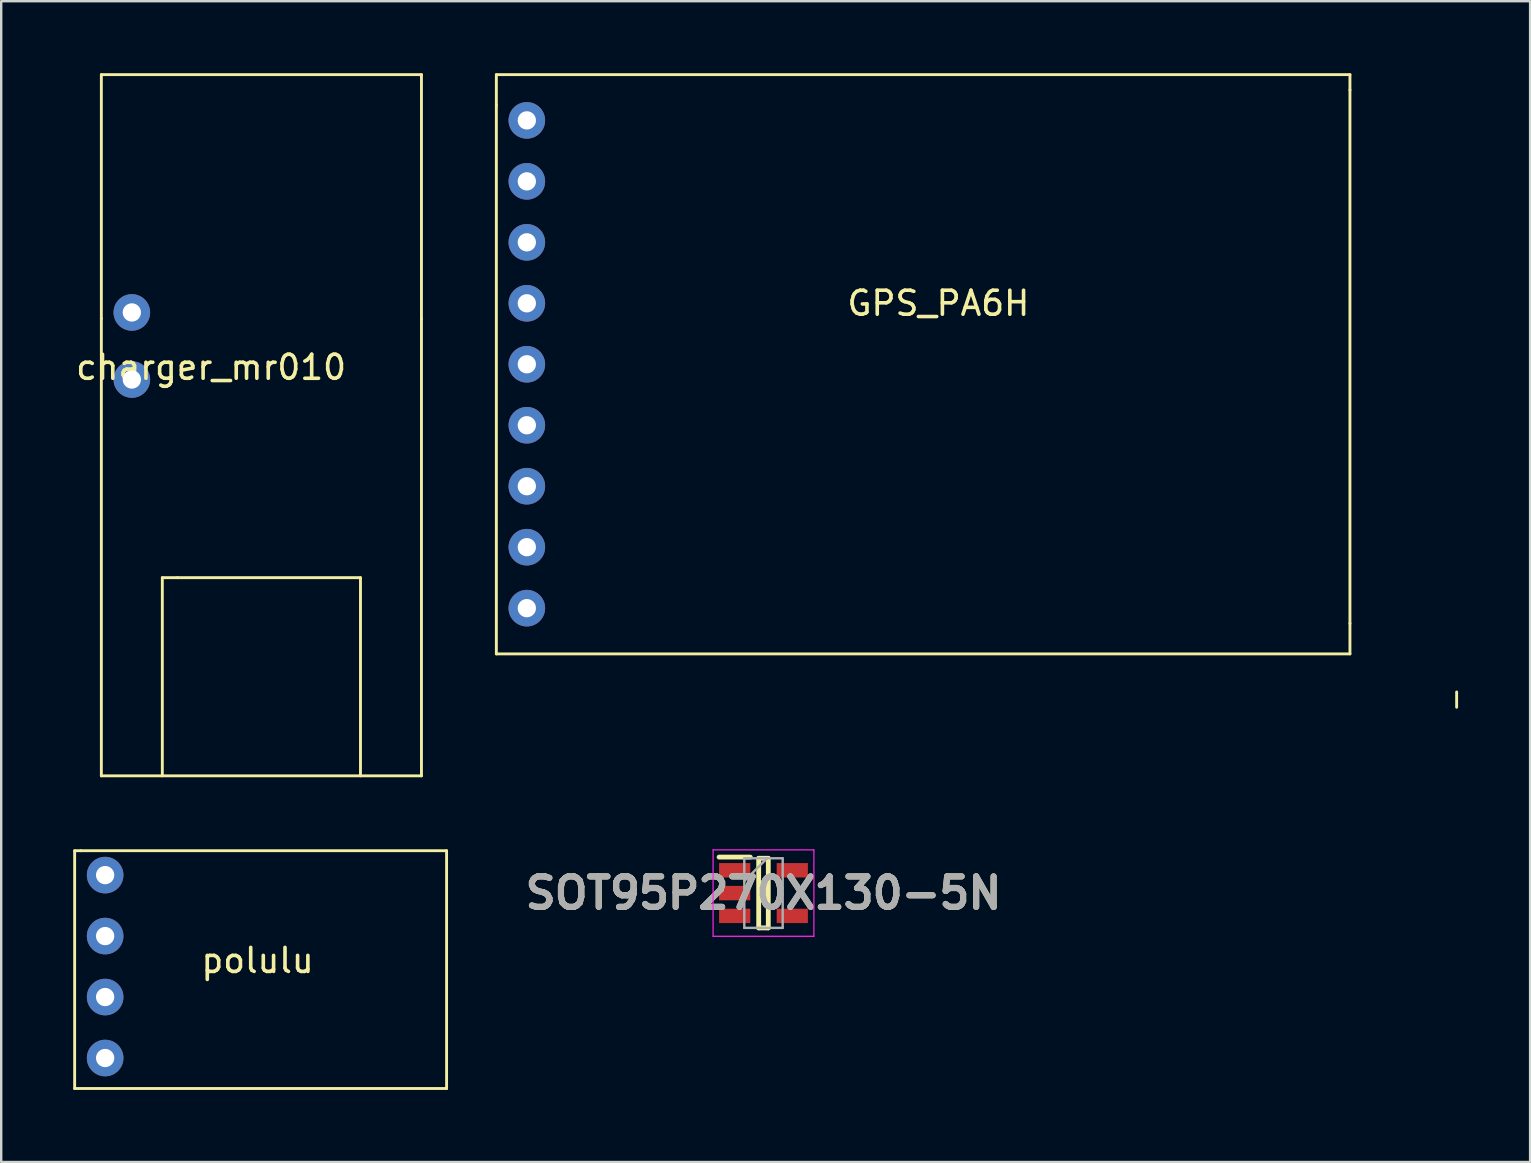
<source format=kicad_pcb>
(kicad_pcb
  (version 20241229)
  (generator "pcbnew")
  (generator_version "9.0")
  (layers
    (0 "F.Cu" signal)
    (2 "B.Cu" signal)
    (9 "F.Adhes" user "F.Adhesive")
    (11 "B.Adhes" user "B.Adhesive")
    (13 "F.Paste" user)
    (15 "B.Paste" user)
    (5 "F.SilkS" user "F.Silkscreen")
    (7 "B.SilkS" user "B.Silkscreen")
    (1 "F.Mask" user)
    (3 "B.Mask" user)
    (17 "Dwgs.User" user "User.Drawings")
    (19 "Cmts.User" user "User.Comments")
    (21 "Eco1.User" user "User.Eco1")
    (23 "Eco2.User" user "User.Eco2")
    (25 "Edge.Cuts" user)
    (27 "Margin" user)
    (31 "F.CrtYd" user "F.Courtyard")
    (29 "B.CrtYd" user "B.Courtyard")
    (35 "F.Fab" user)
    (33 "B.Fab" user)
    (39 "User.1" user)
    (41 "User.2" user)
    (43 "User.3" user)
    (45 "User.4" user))
  (footprint "GPS_PA6H"
    (layer "F.Cu")
    (at 18.897 1.965)
    (property "Reference" "GPS_PA6H" (at 17.145 7.62 0) (layer "F.SilkS") (effects (font (size 1 1) (thickness 0.15))))
    (attr through_hole)
    (fp_line (start -1.27 -1.905) (end 34.29 -1.905) (stroke (width 0.12) (type solid)) (layer "F.SilkS"))
    (fp_line (start -1.27 -0.635) (end -1.27 -1.905) (stroke (width 0.12) (type solid)) (layer "F.SilkS"))
    (fp_line (start -1.27 -0.635) (end -1.27 22.225) (stroke (width 0.12) (type solid)) (layer "F.SilkS"))
    (fp_line (start -1.27 22.225) (end 34.29 22.225) (stroke (width 0.12) (type solid)) (layer "F.SilkS"))
    (fp_line (start 34.29 -1.905) (end 34.29 -1.27) (stroke (width 0.12) (type solid)) (layer "F.SilkS"))
    (fp_line (start 34.29 -1.27) (end 34.29 20.955) (stroke (width 0.12) (type solid)) (layer "F.SilkS"))
    (fp_line (start 34.29 22.225) (end 34.29 20.955) (stroke (width 0.12) (type solid)) (layer "F.SilkS"))
    (fp_line (start 38.735 24.448) (end 38.735 23.812) (stroke (width 0.12) (type solid)) (layer "F.SilkS"))
    (pad "1" thru_hole circle (at 0 0) (size 1.524 1.524) (drill 0.762) (layers "*.Cu" "*.Mask"))
    (pad "2" thru_hole circle (at 0 2.54) (size 1.524 1.524) (drill 0.762) (layers "*.Cu" "*.Mask"))
    (pad "3" thru_hole circle (at 0 5.08) (size 1.524 1.524) (drill 0.762) (layers "*.Cu" "*.Mask"))
    (pad "4" thru_hole circle (at 0 7.62) (size 1.524 1.524) (drill 0.762) (layers "*.Cu" "*.Mask"))
    (pad "5" thru_hole circle (at 0 10.16) (size 1.524 1.524) (drill 0.762) (layers "*.Cu" "*.Mask"))
    (pad "6" thru_hole circle (at 0 12.7) (size 1.524 1.524) (drill 0.762) (layers "*.Cu" "*.Mask"))
    (pad "7" thru_hole circle (at 0 15.24) (size 1.524 1.524) (drill 0.762) (layers "*.Cu" "*.Mask"))
    (pad "8" thru_hole circle (at 0 17.78) (size 1.524 1.524) (drill 0.762) (layers "*.Cu" "*.Mask"))
    (pad "9" thru_hole circle (at 0 20.32) (size 1.524 1.524) (drill 0.762) (layers "*.Cu" "*.Mask")))
  (footprint "charger_mr010"
    (layer "F.Cu")
    (at 2.442 10.22)
    (property "Reference" "charger_mr010" (at 3.302 2.032 0) (layer "F.SilkS") (effects (font (size 1 1) (thickness 0.15))))
    (attr through_hole)
    (fp_line (start -1.27 -10.16) (end 12.065 -10.16) (stroke (width 0.12) (type solid)) (layer "F.SilkS"))
    (fp_line (start -1.27 0) (end -1.27 -10.16) (stroke (width 0.12) (type solid)) (layer "F.SilkS"))
    (fp_line (start -1.27 0) (end -1.27 19.05) (stroke (width 0.12) (type solid)) (layer "F.SilkS"))
    (fp_line (start -1.27 19.05) (end 12.065 19.05) (stroke (width 0.12) (type solid)) (layer "F.SilkS"))
    (fp_line (start 1.27 10.795) (end 1.27 19.05) (stroke (width 0.12) (type solid)) (layer "F.SilkS"))
    (fp_line (start 1.27 10.795) (end 1.905 10.795) (stroke (width 0.12) (type solid)) (layer "F.SilkS"))
    (fp_line (start 1.905 10.795) (end 9.525 10.795) (stroke (width 0.12) (type solid)) (layer "F.SilkS"))
    (fp_line (start 9.525 10.795) (end 9.525 19.05) (stroke (width 0.12) (type solid)) (layer "F.SilkS"))
    (fp_line (start 12.065 -10.16) (end 12.065 0) (stroke (width 0.12) (type solid)) (layer "F.SilkS"))
    (fp_line (start 12.065 19.05) (end 12.065 0) (stroke (width 0.12) (type solid)) (layer "F.SilkS"))
    (pad "1" thru_hole circle (at 0 -0.254) (size 1.524 1.524) (drill 0.762) (layers "*.Cu" "*.Mask"))
    (pad "2" thru_hole circle (at 0 2.54) (size 1.524 1.524) (drill 0.762) (layers "*.Cu" "*.Mask")))
  (footprint "polulu"
    (layer "F.Cu")
    (at 1.33 33.406)
    (property "Reference" "polulu" (at 6.35 3.556 0) (layer "F.SilkS") (effects (font (size 1 1) (thickness 0.15))))
    (attr through_hole)
    (fp_line (start -1.27 -1.016) (end -1.016 -1.016) (stroke (width 0.12) (type solid)) (layer "F.SilkS"))
    (fp_line (start -1.27 8.89) (end -1.27 -1.016) (stroke (width 0.12) (type solid)) (layer "F.SilkS"))
    (fp_line (start -1.016 -1.016) (end 14.224 -1.016) (stroke (width 0.12) (type solid)) (layer "F.SilkS"))
    (fp_line (start 14.224 -1.016) (end 14.224 8.89) (stroke (width 0.12) (type solid)) (layer "F.SilkS"))
    (fp_line (start 14.224 8.89) (end -1.27 8.89) (stroke (width 0.12) (type solid)) (layer "F.SilkS"))
    (pad "1" thru_hole circle (at 0 0) (size 1.524 1.524) (drill 0.762) (layers "*.Cu" "*.Mask"))
    (pad "2" thru_hole circle (at 0 2.54) (size 1.524 1.524) (drill 0.762) (layers "*.Cu" "*.Mask"))
    (pad "3" thru_hole circle (at 0 5.08) (size 1.524 1.524) (drill 0.762) (layers "*.Cu" "*.Mask"))
    (pad "4" thru_hole circle (at 0 7.62) (size 1.524 1.524) (drill 0.762) (layers "*.Cu" "*.Mask")))
  (footprint "SOT95P270X130-5N"
    (layer "F.Cu")
    (at 28.756 34.155)
    (property "Reference" "SOT95P270X130-5N" (at 0 0 0) (layer "F.SilkS") (effects (font (size 1.27 1.27) (thickness 0.254))))
    (attr smd)
    (fp_line (start -1.85 -1.5) (end -0.55 -1.5) (stroke (width 0.2) (type solid)) (layer "F.SilkS"))
    (fp_line (start -0.2 -1.45) (end 0.2 -1.45) (stroke (width 0.2) (type solid)) (layer "F.SilkS"))
    (fp_line (start -0.2 1.45) (end -0.2 -1.45) (stroke (width 0.2) (type solid)) (layer "F.SilkS"))
    (fp_line (start 0.2 -1.45) (end 0.2 1.45) (stroke (width 0.2) (type solid)) (layer "F.SilkS"))
    (fp_line (start 0.2 1.45) (end -0.2 1.45) (stroke (width 0.2) (type solid)) (layer "F.SilkS"))
    (fp_line (start -2.1 -1.8) (end 2.1 -1.8) (stroke (width 0.05) (type solid)) (layer "F.CrtYd"))
    (fp_line (start -2.1 1.8) (end -2.1 -1.8) (stroke (width 0.05) (type solid)) (layer "F.CrtYd"))
    (fp_line (start 2.1 -1.8) (end 2.1 1.8) (stroke (width 0.05) (type solid)) (layer "F.CrtYd"))
    (fp_line (start 2.1 1.8) (end -2.1 1.8) (stroke (width 0.05) (type solid)) (layer "F.CrtYd"))
    (fp_line (start -0.8 -1.45) (end 0.8 -1.45) (stroke (width 0.1) (type solid)) (layer "F.Fab"))
    (fp_line (start -0.8 -0.5) (end 0.15 -1.45) (stroke (width 0.1) (type solid)) (layer "F.Fab"))
    (fp_line (start -0.8 1.45) (end -0.8 -1.45) (stroke (width 0.1) (type solid)) (layer "F.Fab"))
    (fp_line (start 0.8 -1.45) (end 0.8 1.45) (stroke (width 0.1) (type solid)) (layer "F.Fab"))
    (fp_line (start 0.8 1.45) (end -0.8 1.45) (stroke (width 0.1) (type solid)) (layer "F.Fab"))
    (fp_text user "${REFERENCE}" (at 0 0 0) (layer "F.Fab") (effects (font (size 1.27 1.27) (thickness 0.254))))
    (pad "1" smd rect (at -1.2 -0.95 90) (size 0.6 1.3) (layers "F.Cu" "F.Mask" "F.Paste"))
    (pad "2" smd rect (at -1.2 0 90) (size 0.6 1.3) (layers "F.Cu" "F.Mask" "F.Paste"))
    (pad "3" smd rect (at -1.2 0.95 90) (size 0.6 1.3) (layers "F.Cu" "F.Mask" "F.Paste"))
    (pad "4" smd rect (at 1.2 0.95 90) (size 0.6 1.3) (layers "F.Cu" "F.Mask" "F.Paste"))
    (pad "5" smd rect (at 1.2 -0.95 90) (size 0.6 1.3) (layers "F.Cu" "F.Mask" "F.Paste")))
  (gr_rect
    (start -3 -3)
    (end 60.692 45.356)
    (stroke (width 0.1) (type default))
    (fill no)
    (layer "Edge.Cuts")))
</source>
